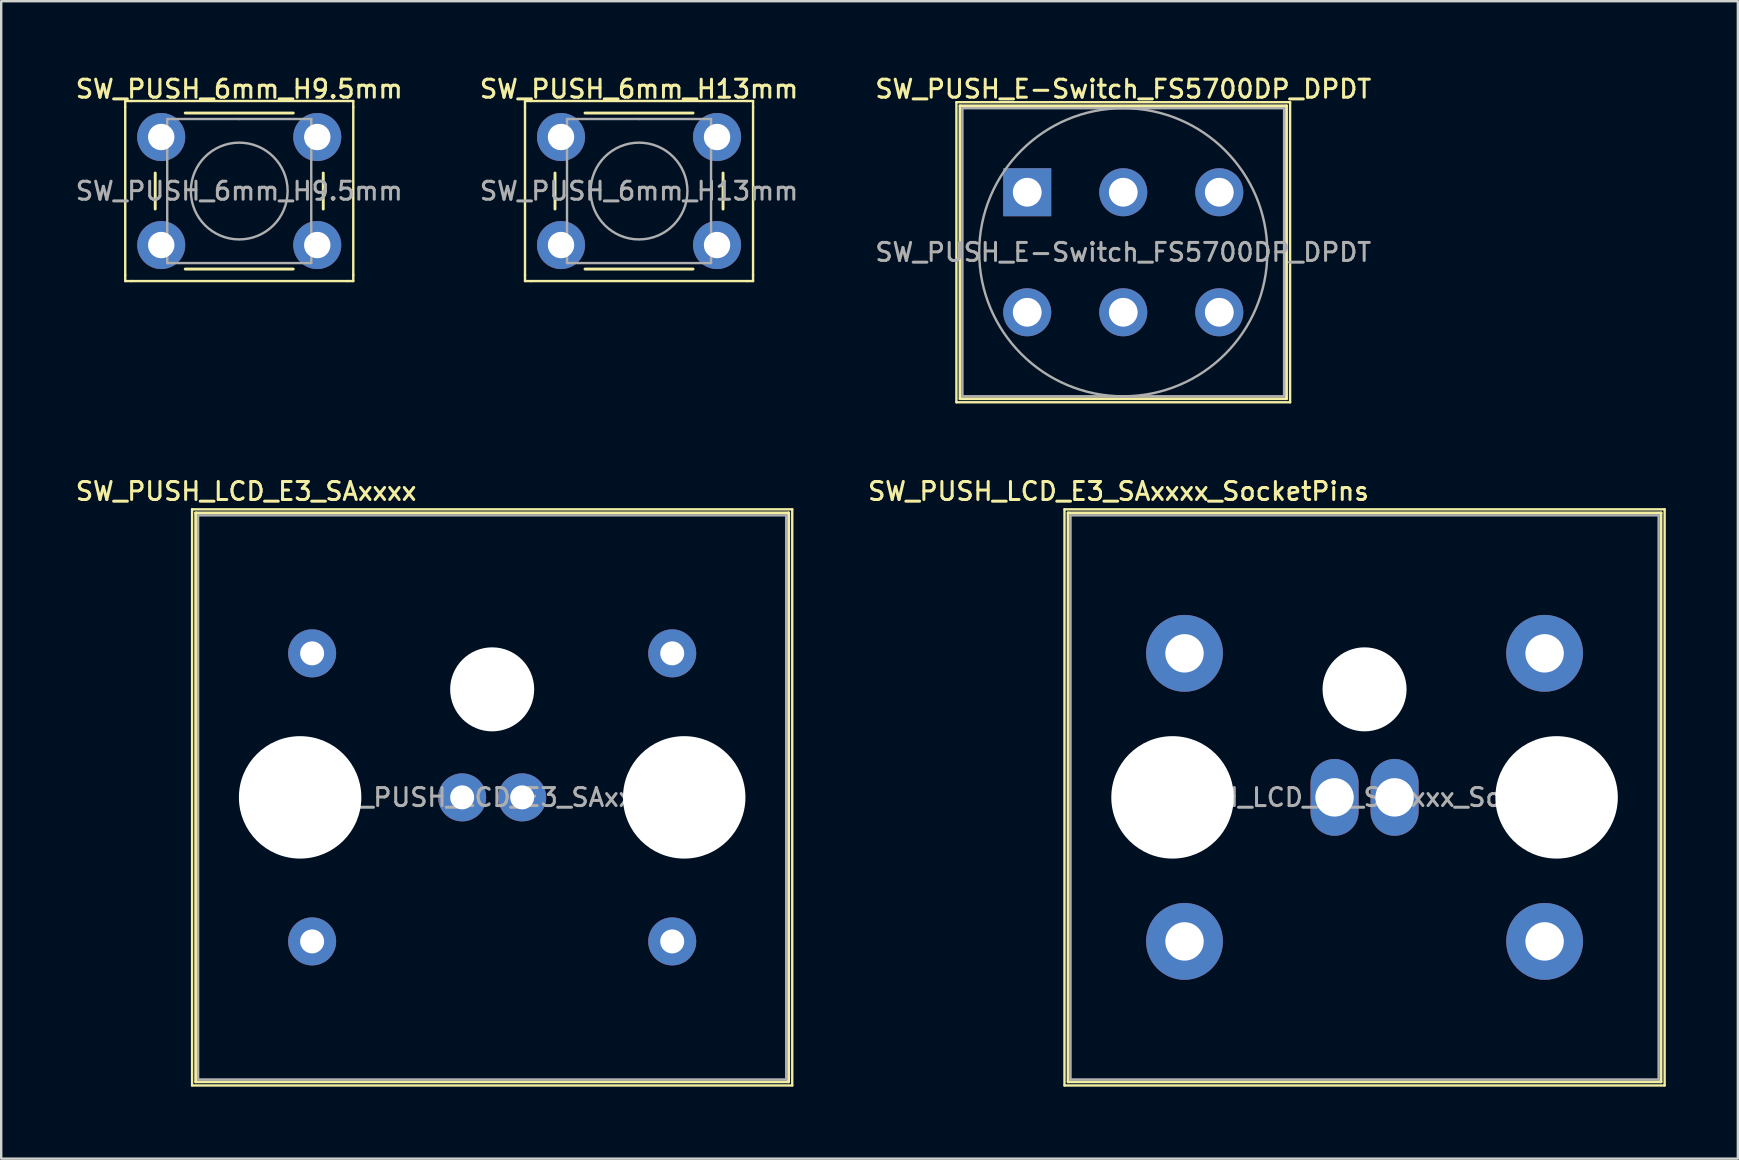
<source format=kicad_pcb>
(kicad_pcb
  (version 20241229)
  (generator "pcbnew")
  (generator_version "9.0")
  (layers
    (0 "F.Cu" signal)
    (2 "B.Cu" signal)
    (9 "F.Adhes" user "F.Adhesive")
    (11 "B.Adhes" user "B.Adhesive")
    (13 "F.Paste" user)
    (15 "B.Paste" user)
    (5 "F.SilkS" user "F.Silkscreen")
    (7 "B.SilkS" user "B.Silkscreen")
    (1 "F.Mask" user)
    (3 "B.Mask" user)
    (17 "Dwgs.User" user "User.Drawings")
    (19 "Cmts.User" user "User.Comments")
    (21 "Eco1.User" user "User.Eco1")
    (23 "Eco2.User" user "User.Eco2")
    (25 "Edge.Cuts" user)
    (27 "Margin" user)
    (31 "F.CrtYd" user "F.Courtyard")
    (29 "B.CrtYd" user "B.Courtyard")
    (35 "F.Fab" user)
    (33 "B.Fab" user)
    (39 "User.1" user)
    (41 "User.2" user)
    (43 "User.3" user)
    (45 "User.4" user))
  (footprint "SW_PUSH_6mm_H13mm"
    (layer "F.Cu")
    (at 20.32 2.658)
    (property "Reference" "SW_PUSH_6mm_H13mm" (at 3.25 -2 0) (layer "F.SilkS") (effects (font (size 0.75 0.75) (thickness 0.125))))
    (attr through_hole)
    (fp_line (start -1.5 -1.5) (end -1.25 -1.5) (stroke (width 0.1) (type solid)) (layer "F.SilkS"))
    (fp_line (start -1.5 -1.25) (end -1.5 -1.5) (stroke (width 0.1) (type solid)) (layer "F.SilkS"))
    (fp_line (start -1.5 5.75) (end -1.5 -1.25) (stroke (width 0.1) (type solid)) (layer "F.SilkS"))
    (fp_line (start -1.5 5.75) (end -1.5 6) (stroke (width 0.1) (type solid)) (layer "F.SilkS"))
    (fp_line (start -1.5 6) (end -1.25 6) (stroke (width 0.1) (type solid)) (layer "F.SilkS"))
    (fp_line (start -1.25 -1.5) (end 7.75 -1.5) (stroke (width 0.1) (type solid)) (layer "F.SilkS"))
    (fp_line (start -0.25 1.5) (end -0.25 3) (stroke (width 0.12) (type solid)) (layer "F.SilkS"))
    (fp_line (start 1 5.5) (end 5.5 5.5) (stroke (width 0.12) (type solid)) (layer "F.SilkS"))
    (fp_line (start 5.5 -1) (end 1 -1) (stroke (width 0.12) (type solid)) (layer "F.SilkS"))
    (fp_line (start 6.75 3) (end 6.75 1.5) (stroke (width 0.12) (type solid)) (layer "F.SilkS"))
    (fp_line (start 7.75 -1.5) (end 8 -1.5) (stroke (width 0.1) (type solid)) (layer "F.SilkS"))
    (fp_line (start 7.75 6) (end -1.25 6) (stroke (width 0.1) (type solid)) (layer "F.SilkS"))
    (fp_line (start 7.75 6) (end 8 6) (stroke (width 0.1) (type solid)) (layer "F.SilkS"))
    (fp_line (start 8 -1.5) (end 8 -1.25) (stroke (width 0.1) (type solid)) (layer "F.SilkS"))
    (fp_line (start 8 -1.25) (end 8 5.75) (stroke (width 0.1) (type solid)) (layer "F.SilkS"))
    (fp_line (start 8 6) (end 8 5.75) (stroke (width 0.1) (type solid)) (layer "F.SilkS"))
    (fp_line (start 0.25 -0.75) (end 3.25 -0.75) (stroke (width 0.1) (type solid)) (layer "F.Fab"))
    (fp_line (start 0.25 5.25) (end 0.25 -0.75) (stroke (width 0.1) (type solid)) (layer "F.Fab"))
    (fp_line (start 3.25 -0.75) (end 6.25 -0.75) (stroke (width 0.1) (type solid)) (layer "F.Fab"))
    (fp_line (start 6.25 -0.75) (end 6.25 5.25) (stroke (width 0.1) (type solid)) (layer "F.Fab"))
    (fp_line (start 6.25 5.25) (end 0.25 5.25) (stroke (width 0.1) (type solid)) (layer "F.Fab"))
    (fp_circle (center 3.25 2.25) (end 1.25 2.5) (stroke (width 0.1) (type solid)) (fill no) (layer "F.Fab"))
    (fp_text user "${REFERENCE}" (at 3.25 2.25 0) (layer "F.Fab") (effects (font (size 0.75 0.75) (thickness 0.125))))
    (pad "1" thru_hole circle (at 0 0 90) (size 2 2) (drill 1.1) (layers "*.Cu" "*.Mask"))
    (pad "1" thru_hole circle (at 6.5 0 90) (size 2 2) (drill 1.1) (layers "*.Cu" "*.Mask"))
    (pad "2" thru_hole circle (at 0 4.5 90) (size 2 2) (drill 1.1) (layers "*.Cu" "*.Mask"))
    (pad "2" thru_hole circle (at 6.5 4.5 90) (size 2 2) (drill 1.1) (layers "*.Cu" "*.Mask")))
  (footprint "SW_PUSH_LCD_E3_SAxxxx_SocketPins"
    (layer "F.Cu")
    (at 61.293 24.166)
    (property "Reference" "SW_PUSH_LCD_E3_SAxxxx_SocketPins" (at -17.75 -6.75 0) (layer "F.SilkS") (effects (font (size 0.75 0.75) (thickness 0.125))))
    (attr through_hole)
    (fp_line (start -20 -6) (end -20 18) (stroke (width 0.1) (type solid)) (layer "F.SilkS"))
    (fp_line (start -20 18) (end 5 18) (stroke (width 0.1) (type solid)) (layer "F.SilkS"))
    (fp_line (start -19.85 -5.85) (end -19.85 17.85) (stroke (width 0.12) (type solid)) (layer "F.SilkS"))
    (fp_line (start -19.85 17.85) (end 4.85 17.85) (stroke (width 0.12) (type solid)) (layer "F.SilkS"))
    (fp_line (start 4.85 -5.85) (end -19.85 -5.85) (stroke (width 0.12) (type solid)) (layer "F.SilkS"))
    (fp_line (start 4.85 17.85) (end 4.85 -5.85) (stroke (width 0.12) (type solid)) (layer "F.SilkS"))
    (fp_line (start 5 -6) (end -20 -6) (stroke (width 0.1) (type solid)) (layer "F.SilkS"))
    (fp_line (start 5 18) (end 5 -6) (stroke (width 0.1) (type solid)) (layer "F.SilkS"))
    (fp_line (start -19.75 -5.75) (end -19.75 17.75) (stroke (width 0.1) (type solid)) (layer "F.Fab"))
    (fp_line (start -19.75 17.75) (end 4.75 17.75) (stroke (width 0.1) (type solid)) (layer "F.Fab"))
    (fp_line (start 4.75 -5.75) (end -19.75 -5.75) (stroke (width 0.1) (type solid)) (layer "F.Fab"))
    (fp_line (start 4.75 -5.75) (end 4.75 17.75) (stroke (width 0.1) (type solid)) (layer "F.Fab"))
    (fp_text user "${REFERENCE}" (at -7.5 6 0) (layer "F.Fab") (effects (font (size 0.75 0.75) (thickness 0.125))))
    (pad "" np_thru_hole circle (at -15.5 6) (size 5.1 5.1) (drill 5.1) (layers "*.Cu" "*.Mask"))
    (pad "" np_thru_hole circle (at -7.5 1.5) (size 3.5 3.5) (drill 3.5) (layers "*.Cu" "*.Mask"))
    (pad "" np_thru_hole circle (at 0.5 6) (size 5.1 5.1) (drill 5.1) (layers "*.Cu" "*.Mask"))
    (pad "1" thru_hole circle (at 0 0) (size 3.2 3.2) (drill 1.6) (layers "*.Cu" "*.Mask"))
    (pad "2" thru_hole circle (at 0 12) (size 3.2 3.2) (drill 1.6) (layers "*.Cu" "*.Mask"))
    (pad "3" thru_hole circle (at -15 0) (size 3.2 3.2) (drill 1.6) (layers "*.Cu" "*.Mask"))
    (pad "4" thru_hole circle (at -15 12) (size 3.2 3.2) (drill 1.6) (layers "*.Cu" "*.Mask"))
    (pad "5" thru_hole oval (at -8.75 6) (size 2 3.2) (drill 1.6) (layers "*.Cu" "*.Mask"))
    (pad "6" thru_hole oval (at -6.25 6) (size 2 3.2) (drill 1.6) (layers "*.Cu" "*.Mask")))
  (footprint "SW_PUSH_E-Switch_FS5700DP_DPDT"
    (layer "F.Cu")
    (at 39.741 4.958)
    (property "Reference" "SW_PUSH_E-Switch_FS5700DP_DPDT" (at 4 -4.3 0) (layer "F.SilkS") (effects (font (size 0.75 0.75) (thickness 0.125))))
    (attr through_hole)
    (fp_line (start -2.95 -3.75) (end 10.95 -3.75) (stroke (width 0.1) (type solid)) (layer "F.SilkS"))
    (fp_line (start -2.95 8.75) (end -2.95 -3.75) (stroke (width 0.1) (type solid)) (layer "F.SilkS"))
    (fp_line (start -2.8 -3.6) (end -2.8 8.6) (stroke (width 0.12) (type solid)) (layer "F.SilkS"))
    (fp_line (start -2.8 -3.6) (end 10.8 -3.6) (stroke (width 0.12) (type solid)) (layer "F.SilkS"))
    (fp_line (start 10.8 8.6) (end -2.8 8.6) (stroke (width 0.12) (type solid)) (layer "F.SilkS"))
    (fp_line (start 10.8 8.6) (end 10.8 -3.6) (stroke (width 0.12) (type solid)) (layer "F.SilkS"))
    (fp_line (start 10.95 -3.75) (end 10.95 8.75) (stroke (width 0.1) (type solid)) (layer "F.SilkS"))
    (fp_line (start 10.95 8.75) (end -2.95 8.75) (stroke (width 0.1) (type solid)) (layer "F.SilkS"))
    (fp_line (start -2.7 -3.5) (end 10.7 -3.5) (stroke (width 0.1) (type solid)) (layer "F.Fab"))
    (fp_line (start -2.7 8.5) (end -2.7 -3.5) (stroke (width 0.1) (type solid)) (layer "F.Fab"))
    (fp_line (start 10.7 -3.5) (end 10.7 8.5) (stroke (width 0.1) (type solid)) (layer "F.Fab"))
    (fp_line (start 10.7 8.5) (end -2.7 8.5) (stroke (width 0.1) (type solid)) (layer "F.Fab"))
    (fp_circle (center 4 2.5) (end 10 2.6) (stroke (width 0.1) (type solid)) (fill no) (layer "F.Fab"))
    (fp_text user "${REFERENCE}" (at 4 2.5 0) (layer "F.Fab") (effects (font (size 0.75 0.75) (thickness 0.125))))
    (pad "1" thru_hole rect (at 0 0) (size 2 2) (drill 1.2) (layers "*.Cu" "*.Mask"))
    (pad "2" thru_hole circle (at 4 0) (size 2 2) (drill 1.2) (layers "*.Cu" "*.Mask"))
    (pad "3" thru_hole circle (at 8 0) (size 2 2) (drill 1.2) (layers "*.Cu" "*.Mask"))
    (pad "4" thru_hole circle (at 0 5) (size 2 2) (drill 1.2) (layers "*.Cu" "*.Mask"))
    (pad "5" thru_hole circle (at 4 5) (size 2 2) (drill 1.2) (layers "*.Cu" "*.Mask"))
    (pad "6" thru_hole circle (at 8 5) (size 2 2) (drill 1.2) (layers "*.Cu" "*.Mask")))
  (footprint "SW_PUSH_6mm_H9.5mm"
    (layer "F.Cu")
    (at 3.666 2.658)
    (property "Reference" "SW_PUSH_6mm_H9.5mm" (at 3.25 -2 0) (layer "F.SilkS") (effects (font (size 0.75 0.75) (thickness 0.125))))
    (attr through_hole)
    (fp_line (start -1.5 -1.5) (end -1.25 -1.5) (stroke (width 0.1) (type solid)) (layer "F.SilkS"))
    (fp_line (start -1.5 -1.25) (end -1.5 -1.5) (stroke (width 0.1) (type solid)) (layer "F.SilkS"))
    (fp_line (start -1.5 5.75) (end -1.5 -1.25) (stroke (width 0.1) (type solid)) (layer "F.SilkS"))
    (fp_line (start -1.5 5.75) (end -1.5 6) (stroke (width 0.1) (type solid)) (layer "F.SilkS"))
    (fp_line (start -1.5 6) (end -1.25 6) (stroke (width 0.1) (type solid)) (layer "F.SilkS"))
    (fp_line (start -1.25 -1.5) (end 7.75 -1.5) (stroke (width 0.1) (type solid)) (layer "F.SilkS"))
    (fp_line (start -0.25 1.5) (end -0.25 3) (stroke (width 0.12) (type solid)) (layer "F.SilkS"))
    (fp_line (start 1 5.5) (end 5.5 5.5) (stroke (width 0.12) (type solid)) (layer "F.SilkS"))
    (fp_line (start 5.5 -1) (end 1 -1) (stroke (width 0.12) (type solid)) (layer "F.SilkS"))
    (fp_line (start 6.75 3) (end 6.75 1.5) (stroke (width 0.12) (type solid)) (layer "F.SilkS"))
    (fp_line (start 7.75 -1.5) (end 8 -1.5) (stroke (width 0.1) (type solid)) (layer "F.SilkS"))
    (fp_line (start 7.75 6) (end -1.25 6) (stroke (width 0.1) (type solid)) (layer "F.SilkS"))
    (fp_line (start 7.75 6) (end 8 6) (stroke (width 0.1) (type solid)) (layer "F.SilkS"))
    (fp_line (start 8 -1.5) (end 8 -1.25) (stroke (width 0.1) (type solid)) (layer "F.SilkS"))
    (fp_line (start 8 -1.25) (end 8 5.75) (stroke (width 0.1) (type solid)) (layer "F.SilkS"))
    (fp_line (start 8 6) (end 8 5.75) (stroke (width 0.1) (type solid)) (layer "F.SilkS"))
    (fp_line (start 0.25 -0.75) (end 3.25 -0.75) (stroke (width 0.1) (type solid)) (layer "F.Fab"))
    (fp_line (start 0.25 5.25) (end 0.25 -0.75) (stroke (width 0.1) (type solid)) (layer "F.Fab"))
    (fp_line (start 3.25 -0.75) (end 6.25 -0.75) (stroke (width 0.1) (type solid)) (layer "F.Fab"))
    (fp_line (start 6.25 -0.75) (end 6.25 5.25) (stroke (width 0.1) (type solid)) (layer "F.Fab"))
    (fp_line (start 6.25 5.25) (end 0.25 5.25) (stroke (width 0.1) (type solid)) (layer "F.Fab"))
    (fp_circle (center 3.25 2.25) (end 1.25 2.5) (stroke (width 0.1) (type solid)) (fill no) (layer "F.Fab"))
    (fp_text user "${REFERENCE}" (at 3.25 2.25 0) (layer "F.Fab") (effects (font (size 0.75 0.75) (thickness 0.125))))
    (pad "1" thru_hole circle (at 0 0 90) (size 2 2) (drill 1.1) (layers "*.Cu" "*.Mask"))
    (pad "1" thru_hole circle (at 6.5 0 90) (size 2 2) (drill 1.1) (layers "*.Cu" "*.Mask"))
    (pad "2" thru_hole circle (at 0 4.5 90) (size 2 2) (drill 1.1) (layers "*.Cu" "*.Mask"))
    (pad "2" thru_hole circle (at 6.5 4.5 90) (size 2 2) (drill 1.1) (layers "*.Cu" "*.Mask")))
  (footprint "SW_PUSH_LCD_E3_SAxxxx"
    (layer "F.Cu")
    (at 24.952 24.166)
    (property "Reference" "SW_PUSH_LCD_E3_SAxxxx" (at -17.75 -6.75 0) (layer "F.SilkS") (effects (font (size 0.75 0.75) (thickness 0.125))))
    (attr through_hole)
    (fp_line (start -20 -6) (end -20 18) (stroke (width 0.1) (type solid)) (layer "F.SilkS"))
    (fp_line (start -20 18) (end 5 18) (stroke (width 0.1) (type solid)) (layer "F.SilkS"))
    (fp_line (start -19.85 -5.85) (end -19.85 17.85) (stroke (width 0.12) (type solid)) (layer "F.SilkS"))
    (fp_line (start -19.85 17.85) (end 4.85 17.85) (stroke (width 0.12) (type solid)) (layer "F.SilkS"))
    (fp_line (start 4.85 -5.85) (end -19.85 -5.85) (stroke (width 0.12) (type solid)) (layer "F.SilkS"))
    (fp_line (start 4.85 17.85) (end 4.85 -5.85) (stroke (width 0.12) (type solid)) (layer "F.SilkS"))
    (fp_line (start 5 -6) (end -20 -6) (stroke (width 0.1) (type solid)) (layer "F.SilkS"))
    (fp_line (start 5 18) (end 5 -6) (stroke (width 0.1) (type solid)) (layer "F.SilkS"))
    (fp_line (start -19.75 -5.75) (end -19.75 17.75) (stroke (width 0.1) (type solid)) (layer "F.Fab"))
    (fp_line (start -19.75 17.75) (end 4.75 17.75) (stroke (width 0.1) (type solid)) (layer "F.Fab"))
    (fp_line (start 4.75 -5.75) (end -19.75 -5.75) (stroke (width 0.1) (type solid)) (layer "F.Fab"))
    (fp_line (start 4.75 -5.75) (end 4.75 17.75) (stroke (width 0.1) (type solid)) (layer "F.Fab"))
    (fp_text user "${REFERENCE}" (at -7.5 6 0) (layer "F.Fab") (effects (font (size 0.75 0.75) (thickness 0.125))))
    (pad "" np_thru_hole circle (at -15.5 6) (size 5.1 5.1) (drill 5.1) (layers "*.Cu" "*.Mask"))
    (pad "" np_thru_hole circle (at -7.5 1.5) (size 3.5 3.5) (drill 3.5) (layers "*.Cu" "*.Mask"))
    (pad "" np_thru_hole circle (at 0.5 6) (size 5.1 5.1) (drill 5.1) (layers "*.Cu" "*.Mask"))
    (pad "1" thru_hole circle (at 0 0) (size 2 2) (drill 1) (layers "*.Cu" "*.Mask"))
    (pad "2" thru_hole circle (at 0 12) (size 2 2) (drill 1) (layers "*.Cu" "*.Mask"))
    (pad "3" thru_hole circle (at -15 0) (size 2 2) (drill 1) (layers "*.Cu" "*.Mask"))
    (pad "4" thru_hole circle (at -15 12) (size 2 2) (drill 1) (layers "*.Cu" "*.Mask"))
    (pad "5" thru_hole circle (at -8.75 6) (size 2 2) (drill 1) (layers "*.Cu" "*.Mask"))
    (pad "6" thru_hole circle (at -6.25 6) (size 2 2) (drill 1) (layers "*.Cu" "*.Mask")))
  (gr_rect
    (start -3 -3)
    (end 69.343 45.216)
    (stroke (width 0.1) (type default))
    (fill no)
    (layer "Edge.Cuts")))
</source>
